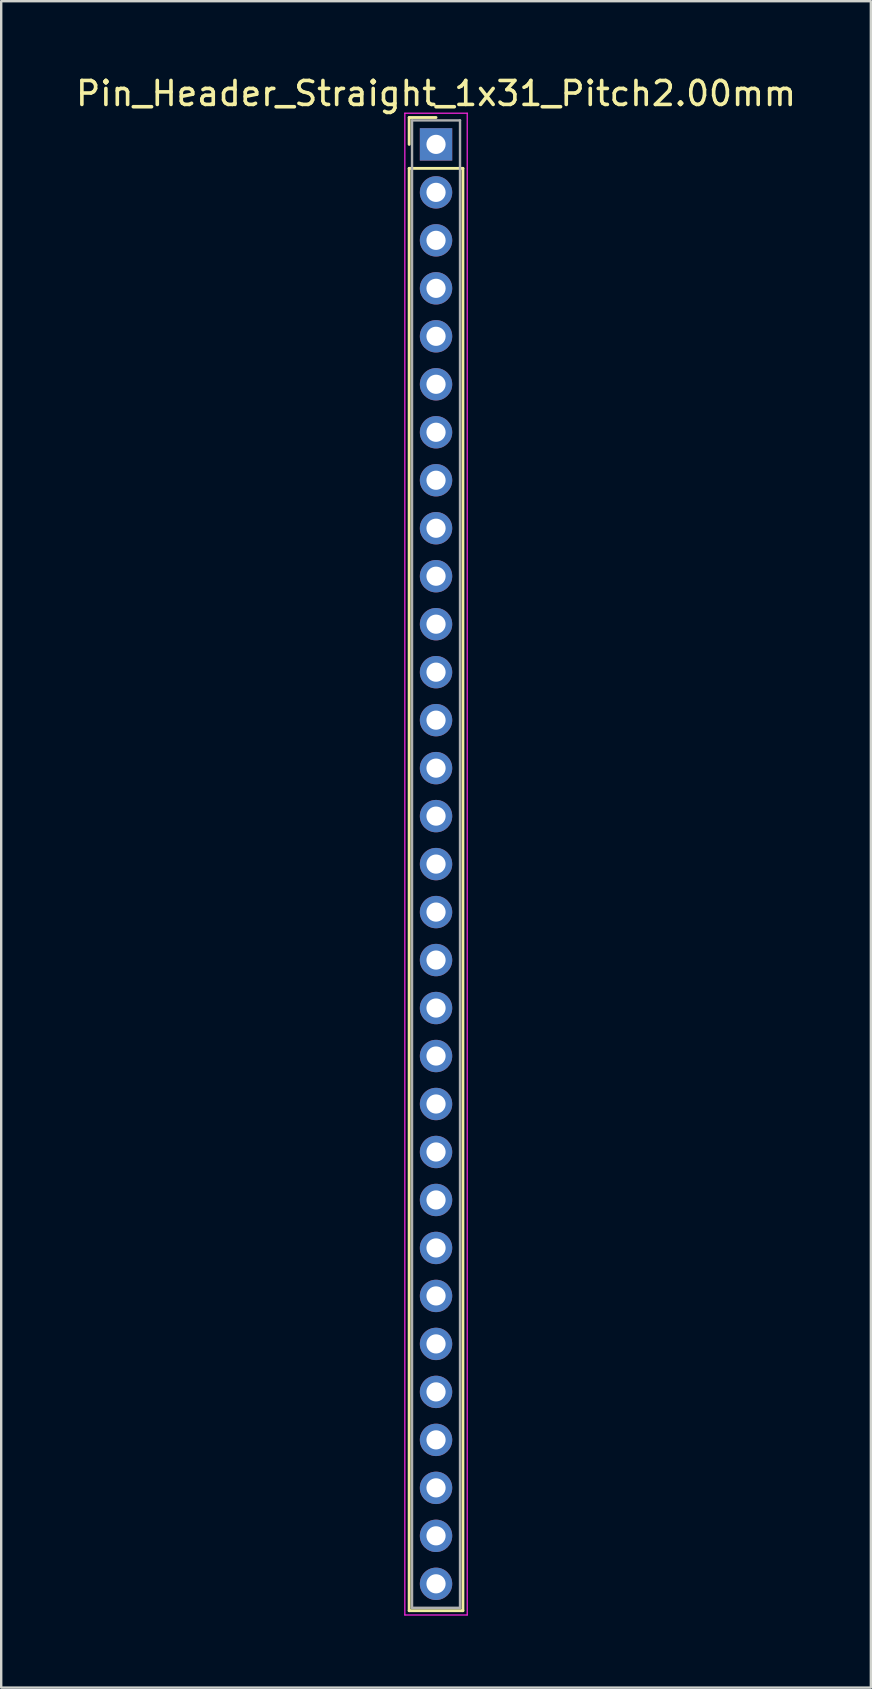
<source format=kicad_pcb>
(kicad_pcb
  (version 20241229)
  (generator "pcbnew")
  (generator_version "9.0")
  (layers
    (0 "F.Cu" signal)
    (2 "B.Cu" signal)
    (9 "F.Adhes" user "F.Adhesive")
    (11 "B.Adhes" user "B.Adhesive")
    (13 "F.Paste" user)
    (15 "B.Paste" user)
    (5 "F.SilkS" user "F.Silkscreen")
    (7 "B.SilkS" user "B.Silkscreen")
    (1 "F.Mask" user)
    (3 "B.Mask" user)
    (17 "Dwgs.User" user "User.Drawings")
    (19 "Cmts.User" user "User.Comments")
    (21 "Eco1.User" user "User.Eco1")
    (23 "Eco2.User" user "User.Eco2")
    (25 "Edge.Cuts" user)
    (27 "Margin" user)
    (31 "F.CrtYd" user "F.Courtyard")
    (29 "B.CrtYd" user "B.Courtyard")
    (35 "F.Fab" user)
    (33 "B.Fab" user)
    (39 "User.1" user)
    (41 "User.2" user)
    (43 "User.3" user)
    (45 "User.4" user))
  (footprint "Pin_Header_Straight_1x31_Pitch2.00mm"
    (layer "F.Cu")
    (at 15.125 2.968)
    (property "Reference" "Pin_Header_Straight_1x31_Pitch2.00mm" (at 0 -2.12 0) (layer "F.SilkS") (effects (font (size 1 1) (thickness 0.15))))
    (attr through_hole)
    (fp_line (start -1.12 -1.12) (end 0 -1.12) (stroke (width 0.12) (type solid)) (layer "F.SilkS"))
    (fp_line (start -1.12 0) (end -1.12 -1.12) (stroke (width 0.12) (type solid)) (layer "F.SilkS"))
    (fp_line (start -1.12 1) (end -1.12 61.12) (stroke (width 0.12) (type solid)) (layer "F.SilkS"))
    (fp_line (start -1.12 61.12) (end 1.12 61.12) (stroke (width 0.12) (type solid)) (layer "F.SilkS"))
    (fp_line (start 1.12 1) (end -1.12 1) (stroke (width 0.12) (type solid)) (layer "F.SilkS"))
    (fp_line (start 1.12 61.12) (end 1.12 1) (stroke (width 0.12) (type solid)) (layer "F.SilkS"))
    (fp_line (start -1.3 -1.3) (end -1.3 61.3) (stroke (width 0.05) (type solid)) (layer "F.CrtYd"))
    (fp_line (start -1.3 61.3) (end 1.3 61.3) (stroke (width 0.05) (type solid)) (layer "F.CrtYd"))
    (fp_line (start 1.3 -1.3) (end -1.3 -1.3) (stroke (width 0.05) (type solid)) (layer "F.CrtYd"))
    (fp_line (start 1.3 61.3) (end 1.3 -1.3) (stroke (width 0.05) (type solid)) (layer "F.CrtYd"))
    (fp_line (start -1 -1) (end -1 61) (stroke (width 0.1) (type solid)) (layer "F.Fab"))
    (fp_line (start -1 61) (end 1 61) (stroke (width 0.1) (type solid)) (layer "F.Fab"))
    (fp_line (start 1 -1) (end -1 -1) (stroke (width 0.1) (type solid)) (layer "F.Fab"))
    (fp_line (start 1 61) (end 1 -1) (stroke (width 0.1) (type solid)) (layer "F.Fab"))
    (pad "1" thru_hole rect (at 0 0) (size 1.35 1.35) (drill 0.8) (layers "*.Cu" "*.Mask"))
    (pad "2" thru_hole oval (at 0 2) (size 1.35 1.35) (drill 0.8) (layers "*.Cu" "*.Mask"))
    (pad "3" thru_hole oval (at 0 4) (size 1.35 1.35) (drill 0.8) (layers "*.Cu" "*.Mask"))
    (pad "4" thru_hole oval (at 0 6) (size 1.35 1.35) (drill 0.8) (layers "*.Cu" "*.Mask"))
    (pad "5" thru_hole oval (at 0 8) (size 1.35 1.35) (drill 0.8) (layers "*.Cu" "*.Mask"))
    (pad "6" thru_hole oval (at 0 10) (size 1.35 1.35) (drill 0.8) (layers "*.Cu" "*.Mask"))
    (pad "7" thru_hole oval (at 0 12) (size 1.35 1.35) (drill 0.8) (layers "*.Cu" "*.Mask"))
    (pad "8" thru_hole oval (at 0 14) (size 1.35 1.35) (drill 0.8) (layers "*.Cu" "*.Mask"))
    (pad "9" thru_hole oval (at 0 16) (size 1.35 1.35) (drill 0.8) (layers "*.Cu" "*.Mask"))
    (pad "10" thru_hole oval (at 0 18) (size 1.35 1.35) (drill 0.8) (layers "*.Cu" "*.Mask"))
    (pad "11" thru_hole oval (at 0 20) (size 1.35 1.35) (drill 0.8) (layers "*.Cu" "*.Mask"))
    (pad "12" thru_hole oval (at 0 22) (size 1.35 1.35) (drill 0.8) (layers "*.Cu" "*.Mask"))
    (pad "13" thru_hole oval (at 0 24) (size 1.35 1.35) (drill 0.8) (layers "*.Cu" "*.Mask"))
    (pad "14" thru_hole oval (at 0 26) (size 1.35 1.35) (drill 0.8) (layers "*.Cu" "*.Mask"))
    (pad "15" thru_hole oval (at 0 28) (size 1.35 1.35) (drill 0.8) (layers "*.Cu" "*.Mask"))
    (pad "16" thru_hole oval (at 0 30) (size 1.35 1.35) (drill 0.8) (layers "*.Cu" "*.Mask"))
    (pad "17" thru_hole oval (at 0 32) (size 1.35 1.35) (drill 0.8) (layers "*.Cu" "*.Mask"))
    (pad "18" thru_hole oval (at 0 34) (size 1.35 1.35) (drill 0.8) (layers "*.Cu" "*.Mask"))
    (pad "19" thru_hole oval (at 0 36) (size 1.35 1.35) (drill 0.8) (layers "*.Cu" "*.Mask"))
    (pad "20" thru_hole oval (at 0 38) (size 1.35 1.35) (drill 0.8) (layers "*.Cu" "*.Mask"))
    (pad "21" thru_hole oval (at 0 40) (size 1.35 1.35) (drill 0.8) (layers "*.Cu" "*.Mask"))
    (pad "22" thru_hole oval (at 0 42) (size 1.35 1.35) (drill 0.8) (layers "*.Cu" "*.Mask"))
    (pad "23" thru_hole oval (at 0 44) (size 1.35 1.35) (drill 0.8) (layers "*.Cu" "*.Mask"))
    (pad "24" thru_hole oval (at 0 46) (size 1.35 1.35) (drill 0.8) (layers "*.Cu" "*.Mask"))
    (pad "25" thru_hole oval (at 0 48) (size 1.35 1.35) (drill 0.8) (layers "*.Cu" "*.Mask"))
    (pad "26" thru_hole oval (at 0 50) (size 1.35 1.35) (drill 0.8) (layers "*.Cu" "*.Mask"))
    (pad "27" thru_hole oval (at 0 52) (size 1.35 1.35) (drill 0.8) (layers "*.Cu" "*.Mask"))
    (pad "28" thru_hole oval (at 0 54) (size 1.35 1.35) (drill 0.8) (layers "*.Cu" "*.Mask"))
    (pad "29" thru_hole oval (at 0 56) (size 1.35 1.35) (drill 0.8) (layers "*.Cu" "*.Mask"))
    (pad "30" thru_hole oval (at 0 58) (size 1.35 1.35) (drill 0.8) (layers "*.Cu" "*.Mask"))
    (pad "31" thru_hole oval (at 0 60) (size 1.35 1.35) (drill 0.8) (layers "*.Cu" "*.Mask")))
  (gr_rect
    (start -3 -3)
    (end 33.25 67.293)
    (stroke (width 0.1) (type default))
    (fill no)
    (layer "Edge.Cuts")))
</source>
